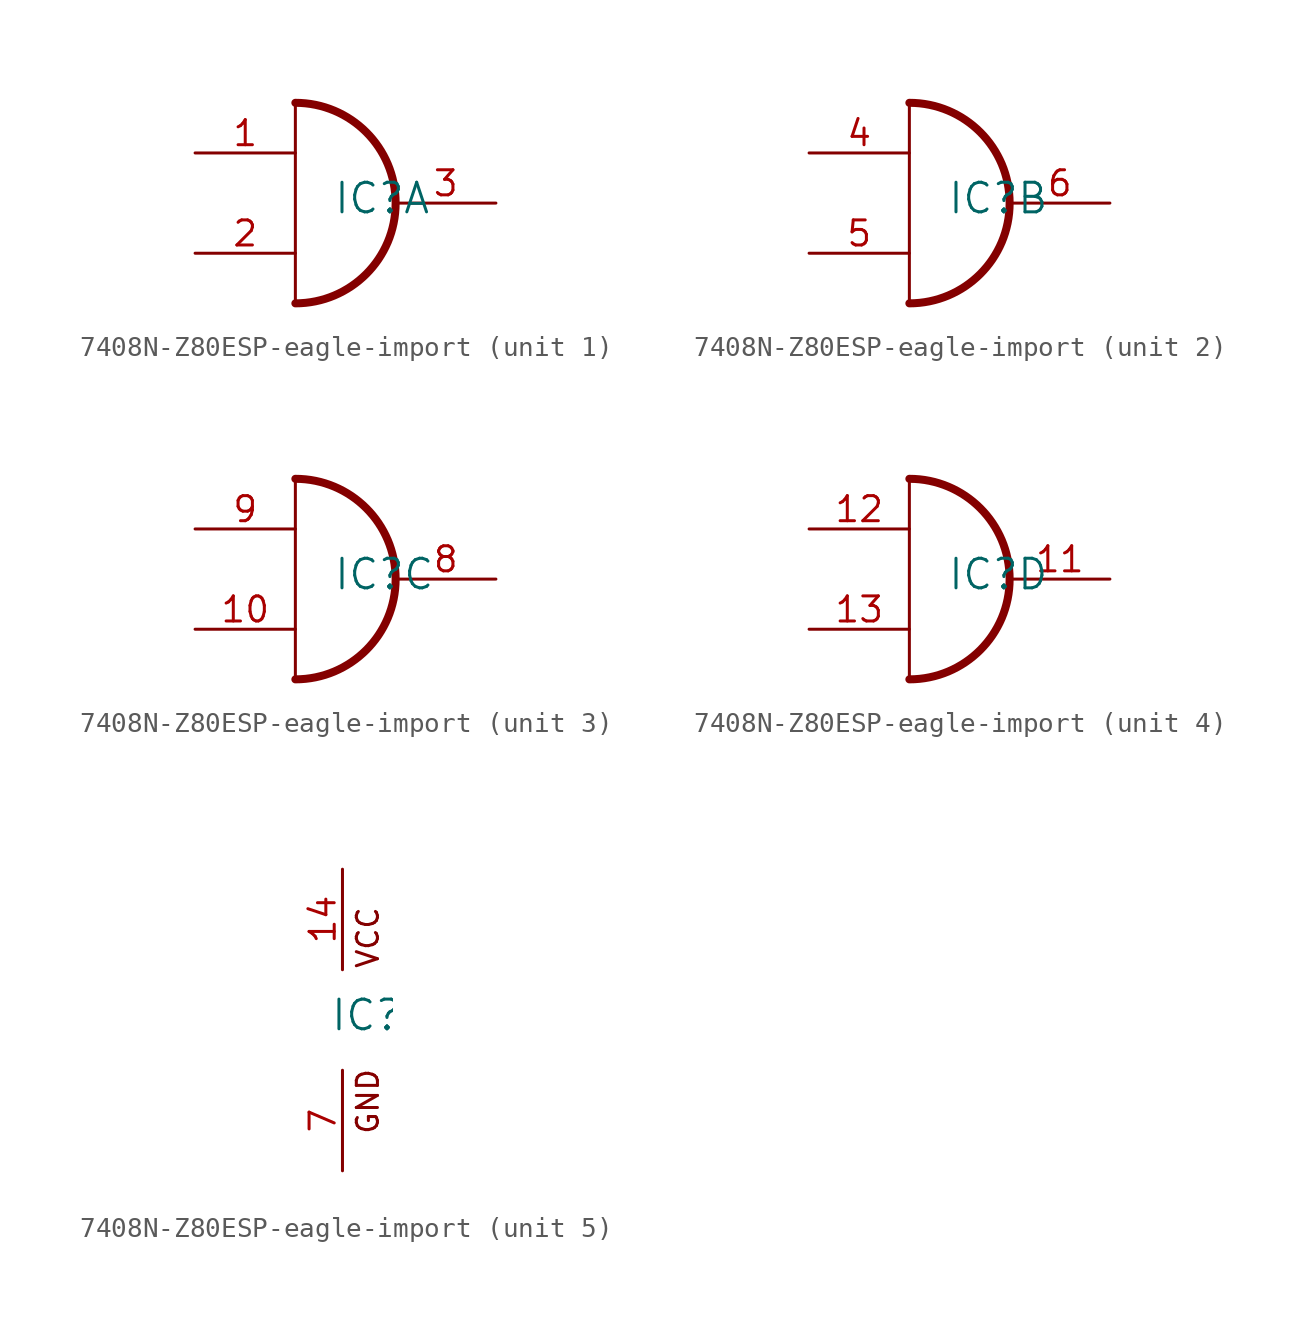
<source format=kicad_sym>
(kicad_symbol_lib
  (version 20220914)
  (generator kicad_symbol_editor)
  (symbol "7408N-Z80ESP-eagle-import"
    (pin_names
      (offset 1.016))
    (property "Reference" "IC"
      (at -0.635 -0.635 0)
      (effects (font (size 1.499 1.499)) (justify left bottom)))
    (property "ki_locked" ""
      (at 0 0 0)
      (effects (font (size 1.27 1.27))))
    (symbol "7408N-Z80ESP-eagle-import_1_0"
      (arc (start -2.54 -5.08) (mid 2.5179 0) (end -2.54 5.08) (stroke (width 0.4064) (type solid)) (fill (type none)))
      (polyline (pts (xy -2.54 5.08) (xy -2.54 -5.08)) (stroke (width 0) (type solid)) (fill (type none)))
      (pin input line (at -7.62 2.54 0) (length 5.08) (name "I0" (effects (font (size 0 0)))) (number "1" (effects (font (size 1.27 1.27)))))
      (pin input line (at -7.62 -2.54 0) (length 5.08) (name "I1" (effects (font (size 0 0)))) (number "2" (effects (font (size 1.27 1.27)))))
      (pin output line (at 7.62 0 180) (length 5.08) (name "O" (effects (font (size 0 0)))) (number "3" (effects (font (size 1.27 1.27))))))
    (symbol "7408N-Z80ESP-eagle-import_2_0"
      (arc (start -2.54 -5.08) (mid 2.5179 0) (end -2.54 5.08) (stroke (width 0.4064) (type solid)) (fill (type none)))
      (polyline (pts (xy -2.54 5.08) (xy -2.54 -5.08)) (stroke (width 0) (type solid)) (fill (type none)))
      (pin input line (at -7.62 2.54 0) (length 5.08) (name "I0" (effects (font (size 0 0)))) (number "4" (effects (font (size 1.27 1.27)))))
      (pin input line (at -7.62 -2.54 0) (length 5.08) (name "I1" (effects (font (size 0 0)))) (number "5" (effects (font (size 1.27 1.27)))))
      (pin output line (at 7.62 0 180) (length 5.08) (name "O" (effects (font (size 0 0)))) (number "6" (effects (font (size 1.27 1.27))))))
    (symbol "7408N-Z80ESP-eagle-import_3_0"
      (arc (start -2.54 -5.08) (mid 2.5179 0) (end -2.54 5.08) (stroke (width 0.4064) (type solid)) (fill (type none)))
      (polyline (pts (xy -2.54 5.08) (xy -2.54 -5.08)) (stroke (width 0) (type solid)) (fill (type none)))
      (pin input line (at -7.62 -2.54 0) (length 5.08) (name "I1" (effects (font (size 0 0)))) (number "10" (effects (font (size 1.27 1.27)))))
      (pin output line (at 7.62 0 180) (length 5.08) (name "O" (effects (font (size 0 0)))) (number "8" (effects (font (size 1.27 1.27)))))
      (pin input line (at -7.62 2.54 0) (length 5.08) (name "I0" (effects (font (size 0 0)))) (number "9" (effects (font (size 1.27 1.27))))))
    (symbol "7408N-Z80ESP-eagle-import_4_0"
      (arc (start -2.54 -5.08) (mid 2.5179 0) (end -2.54 5.08) (stroke (width 0.4064) (type solid)) (fill (type none)))
      (polyline (pts (xy -2.54 5.08) (xy -2.54 -5.08)) (stroke (width 0) (type solid)) (fill (type none)))
      (pin output line (at 7.62 0 180) (length 5.08) (name "O" (effects (font (size 0 0)))) (number "11" (effects (font (size 1.27 1.27)))))
      (pin input line (at -7.62 2.54 0) (length 5.08) (name "I0" (effects (font (size 0 0)))) (number "12" (effects (font (size 1.27 1.27)))))
      (pin input line (at -7.62 -2.54 0) (length 5.08) (name "I1" (effects (font (size 0 0)))) (number "13" (effects (font (size 1.27 1.27))))))
    (symbol "7408N-Z80ESP-eagle-import_5_0"
      (text "GND" (at 1.905 -5.842 900) (effects (font (size 1.067 1.067)) (justify left bottom)))
      (text "VCC" (at 1.905 2.54 900) (effects (font (size 1.067 1.067)) (justify left bottom)))
      (pin power_in line (at 0 7.62 270) (length 5.08) (name "VCC" (effects (font (size 0 0)))) (number "14" (effects (font (size 1.27 1.27)))))
      (pin power_in line (at 0 -7.62 90) (length 5.08) (name "GND" (effects (font (size 0 0)))) (number "7" (effects (font (size 1.27 1.27))))))))
</source>
